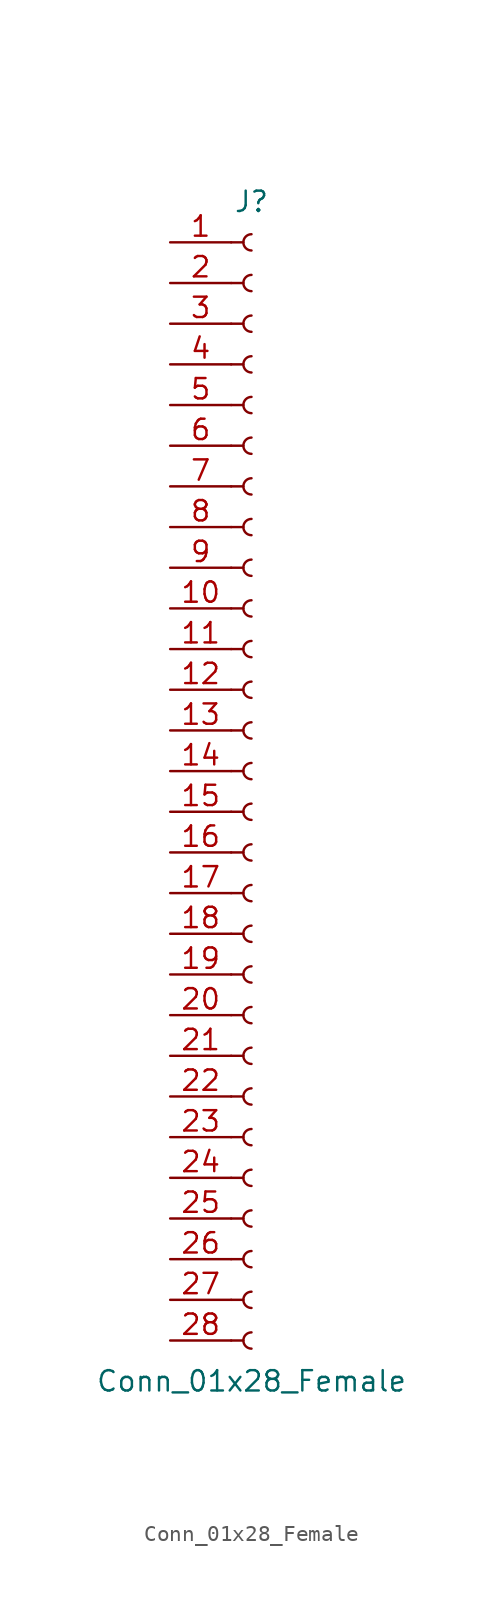
<source format=kicad_sym>
(kicad_symbol_lib
  (version 20201005)
  (generator kicad_symbol_editor)
  (symbol "Conn_01x28_Female"
    (pin_names
      (offset 1.016) hide)
    (property "Reference" "J"
      (at 0 35.56 0)
      (effects (font (size 1.27 1.27))))
    (property "Value" "Conn_01x28_Female"
      (at 0 -38.1 0)
      (effects (font (size 1.27 1.27))))
    (symbol "Conn_01x28_Female_1_1"
      (arc (start 0 -35.052) (end 0 -36.068) (radius (at 0 -35.56) (length 0.508) (angles 90.1 -90.1)) (stroke (width 0.1524)) (fill (type none)))
      (arc (start 0 -32.512) (end 0 -33.528) (radius (at 0 -33.02) (length 0.508) (angles 90.1 -90.1)) (stroke (width 0.1524)) (fill (type none)))
      (arc (start 0 -29.972) (end 0 -30.988) (radius (at 0 -30.48) (length 0.508) (angles 90.1 -90.1)) (stroke (width 0.1524)) (fill (type none)))
      (arc (start 0 -27.432) (end 0 -28.448) (radius (at 0 -27.94) (length 0.508) (angles 90.1 -90.1)) (stroke (width 0.1524)) (fill (type none)))
      (arc (start 0 -24.892) (end 0 -25.908) (radius (at 0 -25.4) (length 0.508) (angles 90.1 -90.1)) (stroke (width 0.1524)) (fill (type none)))
      (arc (start 0 -22.352) (end 0 -23.368) (radius (at 0 -22.86) (length 0.508) (angles 90.1 -90.1)) (stroke (width 0.1524)) (fill (type none)))
      (arc (start 0 -19.812) (end 0 -20.828) (radius (at 0 -20.32) (length 0.508) (angles 90.1 -90.1)) (stroke (width 0.1524)) (fill (type none)))
      (arc (start 0 -17.272) (end 0 -18.288) (radius (at 0 -17.78) (length 0.508) (angles 90.1 -90.1)) (stroke (width 0.1524)) (fill (type none)))
      (arc (start 0 -14.732) (end 0 -15.748) (radius (at 0 -15.24) (length 0.508) (angles 90.1 -90.1)) (stroke (width 0.1524)) (fill (type none)))
      (arc (start 0 -12.192) (end 0 -13.208) (radius (at 0 -12.7) (length 0.508) (angles 90.1 -90.1)) (stroke (width 0.1524)) (fill (type none)))
      (arc (start 0 -9.652) (end 0 -10.668) (radius (at 0 -10.16) (length 0.508) (angles 90.1 -90.1)) (stroke (width 0.1524)) (fill (type none)))
      (arc (start 0 -7.112) (end 0 -8.128) (radius (at 0 -7.62) (length 0.508) (angles 90.1 -90.1)) (stroke (width 0.1524)) (fill (type none)))
      (arc (start 0 -4.572) (end 0 -5.588) (radius (at 0 -5.08) (length 0.508) (angles 90.1 -90.1)) (stroke (width 0.1524)) (fill (type none)))
      (arc (start 0 -2.032) (end 0 -3.048) (radius (at 0 -2.54) (length 0.508) (angles 90.1 -90.1)) (stroke (width 0.1524)) (fill (type none)))
      (arc (start 0 0.508) (end 0 -0.508) (radius (at 0 0) (length 0.508) (angles 90.1 -90.1)) (stroke (width 0.1524)) (fill (type none)))
      (arc (start 0 3.048) (end 0 2.032) (radius (at 0 2.54) (length 0.508) (angles 90.1 -90.1)) (stroke (width 0.1524)) (fill (type none)))
      (arc (start 0 5.588) (end 0 4.572) (radius (at 0 5.08) (length 0.508) (angles 90.1 -90.1)) (stroke (width 0.1524)) (fill (type none)))
      (arc (start 0 8.128) (end 0 7.112) (radius (at 0 7.62) (length 0.508) (angles 90.1 -90.1)) (stroke (width 0.1524)) (fill (type none)))
      (arc (start 0 10.668) (end 0 9.652) (radius (at 0 10.16) (length 0.508) (angles 90.1 -90.1)) (stroke (width 0.1524)) (fill (type none)))
      (arc (start 0 13.208) (end 0 12.192) (radius (at 0 12.7) (length 0.508) (angles 90.1 -90.1)) (stroke (width 0.1524)) (fill (type none)))
      (arc (start 0 15.748) (end 0 14.732) (radius (at 0 15.24) (length 0.508) (angles 90.1 -90.1)) (stroke (width 0.1524)) (fill (type none)))
      (arc (start 0 18.288) (end 0 17.272) (radius (at 0 17.78) (length 0.508) (angles 90.1 -90.1)) (stroke (width 0.1524)) (fill (type none)))
      (arc (start 0 20.828) (end 0 19.812) (radius (at 0 20.32) (length 0.508) (angles 90.1 -90.1)) (stroke (width 0.1524)) (fill (type none)))
      (arc (start 0 23.368) (end 0 22.352) (radius (at 0 22.86) (length 0.508) (angles 90.1 -90.1)) (stroke (width 0.1524)) (fill (type none)))
      (arc (start 0 25.908) (end 0 24.892) (radius (at 0 25.4) (length 0.508) (angles 90.1 -90.1)) (stroke (width 0.1524)) (fill (type none)))
      (arc (start 0 28.448) (end 0 27.432) (radius (at 0 27.94) (length 0.508) (angles 90.1 -90.1)) (stroke (width 0.1524)) (fill (type none)))
      (arc (start 0 30.988) (end 0 29.972) (radius (at 0 30.48) (length 0.508) (angles 90.1 -90.1)) (stroke (width 0.1524)) (fill (type none)))
      (arc (start 0 33.528) (end 0 32.512) (radius (at 0 33.02) (length 0.508) (angles 90.1 -90.1)) (stroke (width 0.1524)) (fill (type none)))
      (polyline (pts (xy -1.27 -35.56) (xy -0.508 -35.56)) (stroke (width 0.152)) (fill (type none)))
      (polyline (pts (xy -1.27 -33.02) (xy -0.508 -33.02)) (stroke (width 0.152)) (fill (type none)))
      (polyline (pts (xy -1.27 -30.48) (xy -0.508 -30.48)) (stroke (width 0.152)) (fill (type none)))
      (polyline (pts (xy -1.27 -27.94) (xy -0.508 -27.94)) (stroke (width 0.152)) (fill (type none)))
      (polyline (pts (xy -1.27 -25.4) (xy -0.508 -25.4)) (stroke (width 0.152)) (fill (type none)))
      (polyline (pts (xy -1.27 -22.86) (xy -0.508 -22.86)) (stroke (width 0.152)) (fill (type none)))
      (polyline (pts (xy -1.27 -20.32) (xy -0.508 -20.32)) (stroke (width 0.152)) (fill (type none)))
      (polyline (pts (xy -1.27 -17.78) (xy -0.508 -17.78)) (stroke (width 0.152)) (fill (type none)))
      (polyline (pts (xy -1.27 -15.24) (xy -0.508 -15.24)) (stroke (width 0.152)) (fill (type none)))
      (polyline (pts (xy -1.27 -12.7) (xy -0.508 -12.7)) (stroke (width 0.152)) (fill (type none)))
      (polyline (pts (xy -1.27 -10.16) (xy -0.508 -10.16)) (stroke (width 0.152)) (fill (type none)))
      (polyline (pts (xy -1.27 -7.62) (xy -0.508 -7.62)) (stroke (width 0.152)) (fill (type none)))
      (polyline (pts (xy -1.27 -5.08) (xy -0.508 -5.08)) (stroke (width 0.152)) (fill (type none)))
      (polyline (pts (xy -1.27 -2.54) (xy -0.508 -2.54)) (stroke (width 0.152)) (fill (type none)))
      (polyline (pts (xy -1.27 0) (xy -0.508 0)) (stroke (width 0.152)) (fill (type none)))
      (polyline (pts (xy -1.27 2.54) (xy -0.508 2.54)) (stroke (width 0.152)) (fill (type none)))
      (polyline (pts (xy -1.27 5.08) (xy -0.508 5.08)) (stroke (width 0.152)) (fill (type none)))
      (polyline (pts (xy -1.27 7.62) (xy -0.508 7.62)) (stroke (width 0.152)) (fill (type none)))
      (polyline (pts (xy -1.27 10.16) (xy -0.508 10.16)) (stroke (width 0.152)) (fill (type none)))
      (polyline (pts (xy -1.27 12.7) (xy -0.508 12.7)) (stroke (width 0.152)) (fill (type none)))
      (polyline (pts (xy -1.27 15.24) (xy -0.508 15.24)) (stroke (width 0.152)) (fill (type none)))
      (polyline (pts (xy -1.27 17.78) (xy -0.508 17.78)) (stroke (width 0.152)) (fill (type none)))
      (polyline (pts (xy -1.27 20.32) (xy -0.508 20.32)) (stroke (width 0.152)) (fill (type none)))
      (polyline (pts (xy -1.27 22.86) (xy -0.508 22.86)) (stroke (width 0.152)) (fill (type none)))
      (polyline (pts (xy -1.27 25.4) (xy -0.508 25.4)) (stroke (width 0.152)) (fill (type none)))
      (polyline (pts (xy -1.27 27.94) (xy -0.508 27.94)) (stroke (width 0.152)) (fill (type none)))
      (polyline (pts (xy -1.27 30.48) (xy -0.508 30.48)) (stroke (width 0.152)) (fill (type none)))
      (polyline (pts (xy -1.27 33.02) (xy -0.508 33.02)) (stroke (width 0.152)) (fill (type none)))
      (pin passive line (at -5.08 33.02 0) (length 3.81) (name "Pin_1" (effects (font (size 1.27 1.27)))) (number "1" (effects (font (size 1.27 1.27)))))
      (pin passive line (at -5.08 10.16 0) (length 3.81) (name "Pin_10" (effects (font (size 1.27 1.27)))) (number "10" (effects (font (size 1.27 1.27)))))
      (pin passive line (at -5.08 7.62 0) (length 3.81) (name "Pin_11" (effects (font (size 1.27 1.27)))) (number "11" (effects (font (size 1.27 1.27)))))
      (pin passive line (at -5.08 5.08 0) (length 3.81) (name "Pin_12" (effects (font (size 1.27 1.27)))) (number "12" (effects (font (size 1.27 1.27)))))
      (pin passive line (at -5.08 2.54 0) (length 3.81) (name "Pin_13" (effects (font (size 1.27 1.27)))) (number "13" (effects (font (size 1.27 1.27)))))
      (pin passive line (at -5.08 0 0) (length 3.81) (name "Pin_14" (effects (font (size 1.27 1.27)))) (number "14" (effects (font (size 1.27 1.27)))))
      (pin passive line (at -5.08 -2.54 0) (length 3.81) (name "Pin_15" (effects (font (size 1.27 1.27)))) (number "15" (effects (font (size 1.27 1.27)))))
      (pin passive line (at -5.08 -5.08 0) (length 3.81) (name "Pin_16" (effects (font (size 1.27 1.27)))) (number "16" (effects (font (size 1.27 1.27)))))
      (pin passive line (at -5.08 -7.62 0) (length 3.81) (name "Pin_17" (effects (font (size 1.27 1.27)))) (number "17" (effects (font (size 1.27 1.27)))))
      (pin passive line (at -5.08 -10.16 0) (length 3.81) (name "Pin_18" (effects (font (size 1.27 1.27)))) (number "18" (effects (font (size 1.27 1.27)))))
      (pin passive line (at -5.08 -12.7 0) (length 3.81) (name "Pin_19" (effects (font (size 1.27 1.27)))) (number "19" (effects (font (size 1.27 1.27)))))
      (pin passive line (at -5.08 30.48 0) (length 3.81) (name "Pin_2" (effects (font (size 1.27 1.27)))) (number "2" (effects (font (size 1.27 1.27)))))
      (pin passive line (at -5.08 -15.24 0) (length 3.81) (name "Pin_20" (effects (font (size 1.27 1.27)))) (number "20" (effects (font (size 1.27 1.27)))))
      (pin passive line (at -5.08 -17.78 0) (length 3.81) (name "Pin_21" (effects (font (size 1.27 1.27)))) (number "21" (effects (font (size 1.27 1.27)))))
      (pin passive line (at -5.08 -20.32 0) (length 3.81) (name "Pin_22" (effects (font (size 1.27 1.27)))) (number "22" (effects (font (size 1.27 1.27)))))
      (pin passive line (at -5.08 -22.86 0) (length 3.81) (name "Pin_23" (effects (font (size 1.27 1.27)))) (number "23" (effects (font (size 1.27 1.27)))))
      (pin passive line (at -5.08 -25.4 0) (length 3.81) (name "Pin_24" (effects (font (size 1.27 1.27)))) (number "24" (effects (font (size 1.27 1.27)))))
      (pin passive line (at -5.08 -27.94 0) (length 3.81) (name "Pin_25" (effects (font (size 1.27 1.27)))) (number "25" (effects (font (size 1.27 1.27)))))
      (pin passive line (at -5.08 -30.48 0) (length 3.81) (name "Pin_26" (effects (font (size 1.27 1.27)))) (number "26" (effects (font (size 1.27 1.27)))))
      (pin passive line (at -5.08 -33.02 0) (length 3.81) (name "Pin_27" (effects (font (size 1.27 1.27)))) (number "27" (effects (font (size 1.27 1.27)))))
      (pin passive line (at -5.08 -35.56 0) (length 3.81) (name "Pin_28" (effects (font (size 1.27 1.27)))) (number "28" (effects (font (size 1.27 1.27)))))
      (pin passive line (at -5.08 27.94 0) (length 3.81) (name "Pin_3" (effects (font (size 1.27 1.27)))) (number "3" (effects (font (size 1.27 1.27)))))
      (pin passive line (at -5.08 25.4 0) (length 3.81) (name "Pin_4" (effects (font (size 1.27 1.27)))) (number "4" (effects (font (size 1.27 1.27)))))
      (pin passive line (at -5.08 22.86 0) (length 3.81) (name "Pin_5" (effects (font (size 1.27 1.27)))) (number "5" (effects (font (size 1.27 1.27)))))
      (pin passive line (at -5.08 20.32 0) (length 3.81) (name "Pin_6" (effects (font (size 1.27 1.27)))) (number "6" (effects (font (size 1.27 1.27)))))
      (pin passive line (at -5.08 17.78 0) (length 3.81) (name "Pin_7" (effects (font (size 1.27 1.27)))) (number "7" (effects (font (size 1.27 1.27)))))
      (pin passive line (at -5.08 15.24 0) (length 3.81) (name "Pin_8" (effects (font (size 1.27 1.27)))) (number "8" (effects (font (size 1.27 1.27)))))
      (pin passive line (at -5.08 12.7 0) (length 3.81) (name "Pin_9" (effects (font (size 1.27 1.27)))) (number "9" (effects (font (size 1.27 1.27))))))))
</source>
